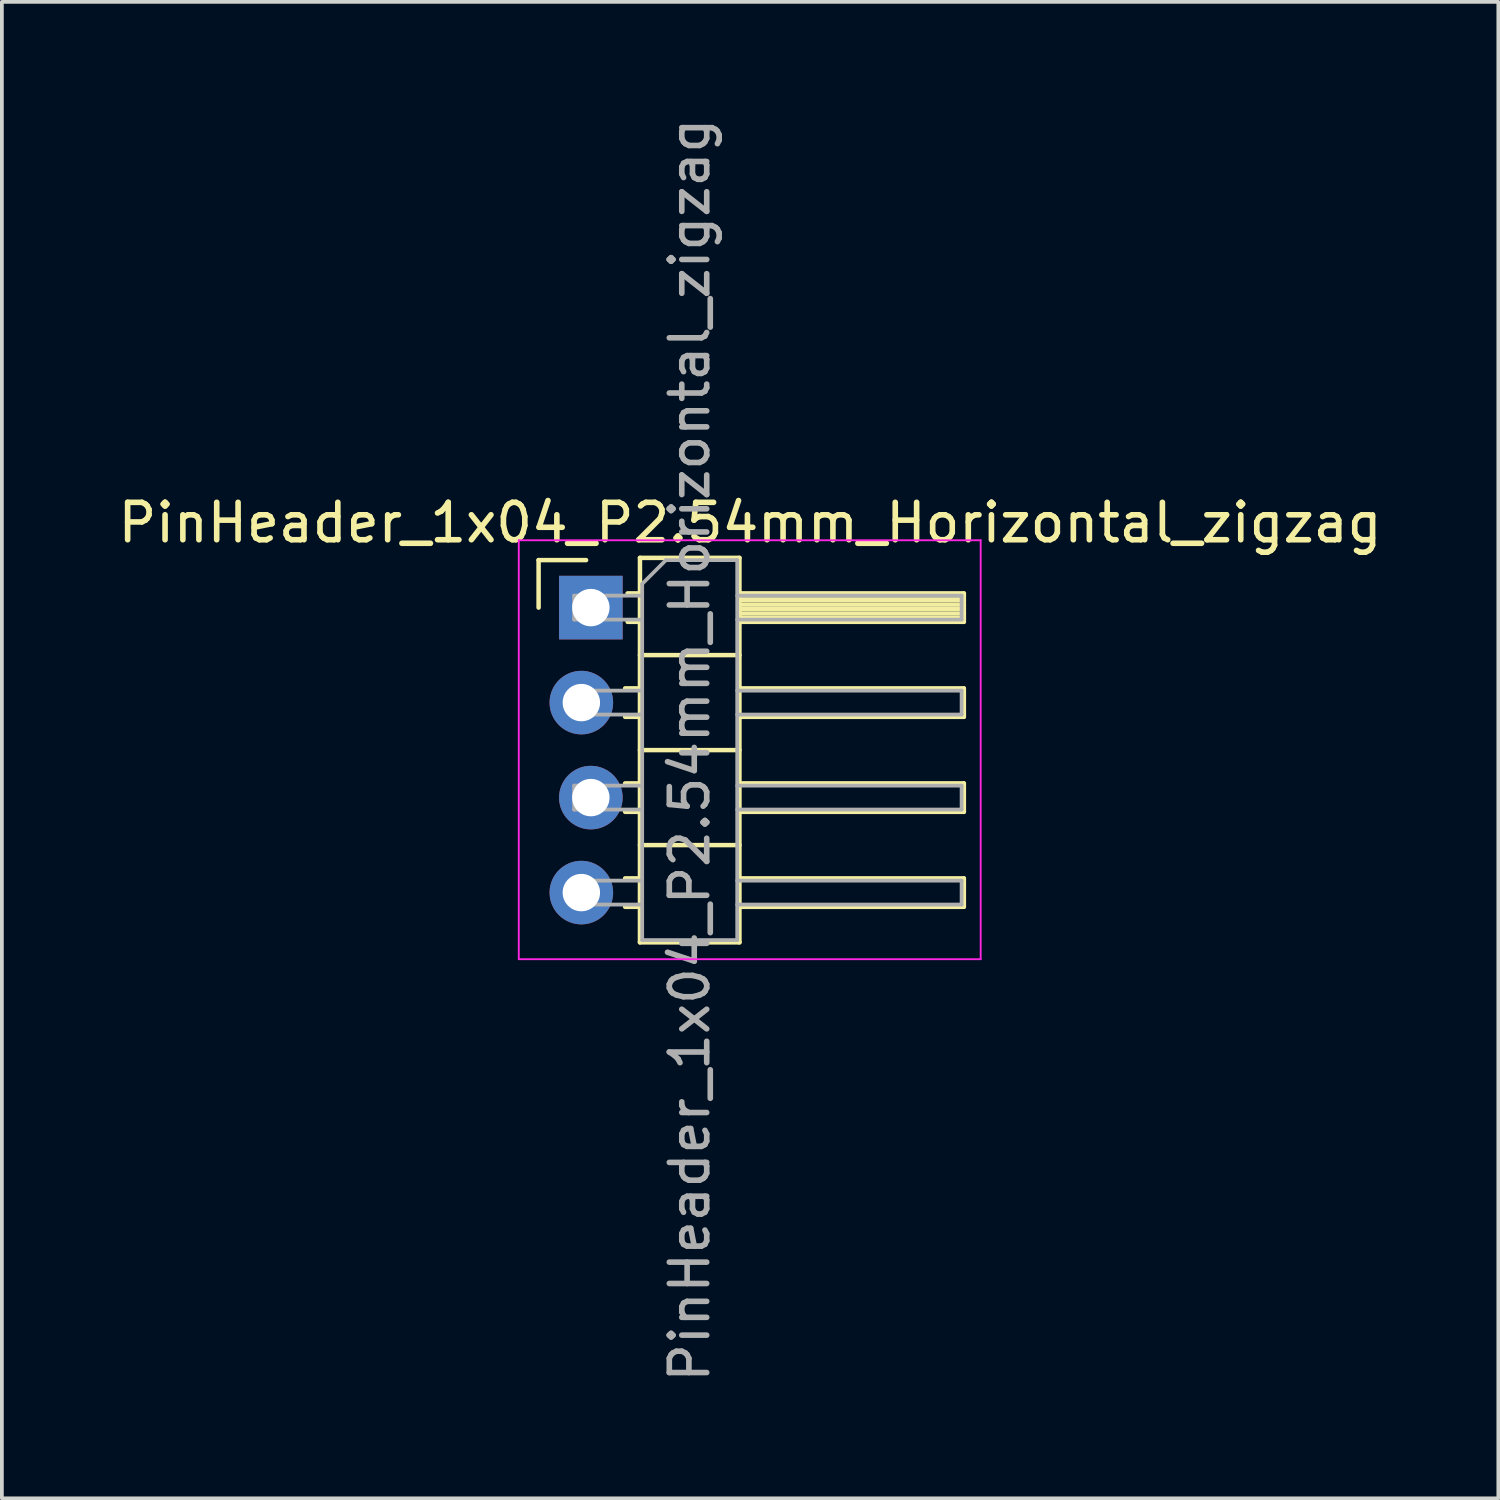
<source format=kicad_pcb>
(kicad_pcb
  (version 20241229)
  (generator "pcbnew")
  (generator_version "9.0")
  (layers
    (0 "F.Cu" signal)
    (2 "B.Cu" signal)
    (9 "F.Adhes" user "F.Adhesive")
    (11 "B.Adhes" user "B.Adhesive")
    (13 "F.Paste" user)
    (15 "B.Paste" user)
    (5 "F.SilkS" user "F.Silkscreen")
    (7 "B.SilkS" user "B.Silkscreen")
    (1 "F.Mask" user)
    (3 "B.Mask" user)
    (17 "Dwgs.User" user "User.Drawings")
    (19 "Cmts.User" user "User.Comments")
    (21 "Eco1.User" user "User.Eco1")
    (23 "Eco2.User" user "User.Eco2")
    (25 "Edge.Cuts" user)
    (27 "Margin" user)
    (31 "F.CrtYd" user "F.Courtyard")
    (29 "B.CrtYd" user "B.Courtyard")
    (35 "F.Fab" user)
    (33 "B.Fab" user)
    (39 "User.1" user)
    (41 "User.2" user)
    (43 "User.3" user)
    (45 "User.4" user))
  (footprint "PinHeader_1x04_P2.54mm_Horizontal_zigzag"
    (layer "F.Cu")
    (at 12.621 13.196)
    (property "Reference" "PinHeader_1x04_P2.54mm_Horizontal_zigzag" (at 4.385 -2.27 0) (layer "F.SilkS") (effects (font (size 1 1) (thickness 0.15))))
    (attr through_hole)
    (fp_line (start -1.27 -1.27) (end 0 -1.27) (stroke (width 0.12) (type solid)) (layer "F.SilkS"))
    (fp_line (start -1.27 0) (end -1.27 -1.27) (stroke (width 0.12) (type solid)) (layer "F.SilkS"))
    (fp_line (start 1.043 2.16) (end 1.44 2.16) (stroke (width 0.12) (type solid)) (layer "F.SilkS"))
    (fp_line (start 1.043 2.92) (end 1.44 2.92) (stroke (width 0.12) (type solid)) (layer "F.SilkS"))
    (fp_line (start 1.043 4.7) (end 1.44 4.7) (stroke (width 0.12) (type solid)) (layer "F.SilkS"))
    (fp_line (start 1.043 5.46) (end 1.44 5.46) (stroke (width 0.12) (type solid)) (layer "F.SilkS"))
    (fp_line (start 1.043 7.24) (end 1.44 7.24) (stroke (width 0.12) (type solid)) (layer "F.SilkS"))
    (fp_line (start 1.043 8) (end 1.44 8) (stroke (width 0.12) (type solid)) (layer "F.SilkS"))
    (fp_line (start 1.11 -0.38) (end 1.44 -0.38) (stroke (width 0.12) (type solid)) (layer "F.SilkS"))
    (fp_line (start 1.11 0.38) (end 1.44 0.38) (stroke (width 0.12) (type solid)) (layer "F.SilkS"))
    (fp_line (start 1.44 -1.33) (end 1.44 8.95) (stroke (width 0.12) (type solid)) (layer "F.SilkS"))
    (fp_line (start 1.44 1.27) (end 4.1 1.27) (stroke (width 0.12) (type solid)) (layer "F.SilkS"))
    (fp_line (start 1.44 3.81) (end 4.1 3.81) (stroke (width 0.12) (type solid)) (layer "F.SilkS"))
    (fp_line (start 1.44 6.35) (end 4.1 6.35) (stroke (width 0.12) (type solid)) (layer "F.SilkS"))
    (fp_line (start 1.44 8.95) (end 4.1 8.95) (stroke (width 0.12) (type solid)) (layer "F.SilkS"))
    (fp_line (start 4.1 -1.33) (end 1.44 -1.33) (stroke (width 0.12) (type solid)) (layer "F.SilkS"))
    (fp_line (start 4.1 -0.38) (end 10.1 -0.38) (stroke (width 0.12) (type solid)) (layer "F.SilkS"))
    (fp_line (start 4.1 -0.32) (end 10.1 -0.32) (stroke (width 0.12) (type solid)) (layer "F.SilkS"))
    (fp_line (start 4.1 -0.2) (end 10.1 -0.2) (stroke (width 0.12) (type solid)) (layer "F.SilkS"))
    (fp_line (start 4.1 -0.08) (end 10.1 -0.08) (stroke (width 0.12) (type solid)) (layer "F.SilkS"))
    (fp_line (start 4.1 0.04) (end 10.1 0.04) (stroke (width 0.12) (type solid)) (layer "F.SilkS"))
    (fp_line (start 4.1 0.16) (end 10.1 0.16) (stroke (width 0.12) (type solid)) (layer "F.SilkS"))
    (fp_line (start 4.1 0.28) (end 10.1 0.28) (stroke (width 0.12) (type solid)) (layer "F.SilkS"))
    (fp_line (start 4.1 2.16) (end 10.1 2.16) (stroke (width 0.12) (type solid)) (layer "F.SilkS"))
    (fp_line (start 4.1 4.7) (end 10.1 4.7) (stroke (width 0.12) (type solid)) (layer "F.SilkS"))
    (fp_line (start 4.1 7.24) (end 10.1 7.24) (stroke (width 0.12) (type solid)) (layer "F.SilkS"))
    (fp_line (start 4.1 8.95) (end 4.1 -1.33) (stroke (width 0.12) (type solid)) (layer "F.SilkS"))
    (fp_line (start 10.1 -0.38) (end 10.1 0.38) (stroke (width 0.12) (type solid)) (layer "F.SilkS"))
    (fp_line (start 10.1 0.38) (end 4.1 0.38) (stroke (width 0.12) (type solid)) (layer "F.SilkS"))
    (fp_line (start 10.1 2.16) (end 10.1 2.92) (stroke (width 0.12) (type solid)) (layer "F.SilkS"))
    (fp_line (start 10.1 2.92) (end 4.1 2.92) (stroke (width 0.12) (type solid)) (layer "F.SilkS"))
    (fp_line (start 10.1 4.7) (end 10.1 5.46) (stroke (width 0.12) (type solid)) (layer "F.SilkS"))
    (fp_line (start 10.1 5.46) (end 4.1 5.46) (stroke (width 0.12) (type solid)) (layer "F.SilkS"))
    (fp_line (start 10.1 7.24) (end 10.1 8) (stroke (width 0.12) (type solid)) (layer "F.SilkS"))
    (fp_line (start 10.1 8) (end 4.1 8) (stroke (width 0.12) (type solid)) (layer "F.SilkS"))
    (fp_line (start -1.8 -1.8) (end -1.8 9.4) (stroke (width 0.05) (type solid)) (layer "F.CrtYd"))
    (fp_line (start -1.8 9.4) (end 10.55 9.4) (stroke (width 0.05) (type solid)) (layer "F.CrtYd"))
    (fp_line (start 10.55 -1.8) (end -1.8 -1.8) (stroke (width 0.05) (type solid)) (layer "F.CrtYd"))
    (fp_line (start 10.55 9.4) (end 10.55 -1.8) (stroke (width 0.05) (type solid)) (layer "F.CrtYd"))
    (fp_line (start -0.32 -0.32) (end -0.32 0.32) (stroke (width 0.1) (type solid)) (layer "F.Fab"))
    (fp_line (start -0.32 -0.32) (end 1.5 -0.32) (stroke (width 0.1) (type solid)) (layer "F.Fab"))
    (fp_line (start -0.32 0.32) (end 1.5 0.32) (stroke (width 0.1) (type solid)) (layer "F.Fab"))
    (fp_line (start -0.32 2.22) (end -0.32 2.86) (stroke (width 0.1) (type solid)) (layer "F.Fab"))
    (fp_line (start -0.32 2.22) (end 1.5 2.22) (stroke (width 0.1) (type solid)) (layer "F.Fab"))
    (fp_line (start -0.32 2.86) (end 1.5 2.86) (stroke (width 0.1) (type solid)) (layer "F.Fab"))
    (fp_line (start -0.32 4.76) (end -0.32 5.4) (stroke (width 0.1) (type solid)) (layer "F.Fab"))
    (fp_line (start -0.32 4.76) (end 1.5 4.76) (stroke (width 0.1) (type solid)) (layer "F.Fab"))
    (fp_line (start -0.32 5.4) (end 1.5 5.4) (stroke (width 0.1) (type solid)) (layer "F.Fab"))
    (fp_line (start -0.32 7.3) (end -0.32 7.94) (stroke (width 0.1) (type solid)) (layer "F.Fab"))
    (fp_line (start -0.32 7.3) (end 1.5 7.3) (stroke (width 0.1) (type solid)) (layer "F.Fab"))
    (fp_line (start -0.32 7.94) (end 1.5 7.94) (stroke (width 0.1) (type solid)) (layer "F.Fab"))
    (fp_line (start 1.5 -0.635) (end 2.135 -1.27) (stroke (width 0.1) (type solid)) (layer "F.Fab"))
    (fp_line (start 1.5 8.89) (end 1.5 -0.635) (stroke (width 0.1) (type solid)) (layer "F.Fab"))
    (fp_line (start 2.135 -1.27) (end 4.04 -1.27) (stroke (width 0.1) (type solid)) (layer "F.Fab"))
    (fp_line (start 4.04 -1.27) (end 4.04 8.89) (stroke (width 0.1) (type solid)) (layer "F.Fab"))
    (fp_line (start 4.04 -0.32) (end 10.04 -0.32) (stroke (width 0.1) (type solid)) (layer "F.Fab"))
    (fp_line (start 4.04 0.32) (end 10.04 0.32) (stroke (width 0.1) (type solid)) (layer "F.Fab"))
    (fp_line (start 4.04 2.22) (end 10.04 2.22) (stroke (width 0.1) (type solid)) (layer "F.Fab"))
    (fp_line (start 4.04 2.86) (end 10.04 2.86) (stroke (width 0.1) (type solid)) (layer "F.Fab"))
    (fp_line (start 4.04 4.76) (end 10.04 4.76) (stroke (width 0.1) (type solid)) (layer "F.Fab"))
    (fp_line (start 4.04 5.4) (end 10.04 5.4) (stroke (width 0.1) (type solid)) (layer "F.Fab"))
    (fp_line (start 4.04 7.3) (end 10.04 7.3) (stroke (width 0.1) (type solid)) (layer "F.Fab"))
    (fp_line (start 4.04 7.94) (end 10.04 7.94) (stroke (width 0.1) (type solid)) (layer "F.Fab"))
    (fp_line (start 4.04 8.89) (end 1.5 8.89) (stroke (width 0.1) (type solid)) (layer "F.Fab"))
    (fp_line (start 10.04 -0.32) (end 10.04 0.32) (stroke (width 0.1) (type solid)) (layer "F.Fab"))
    (fp_line (start 10.04 2.22) (end 10.04 2.86) (stroke (width 0.1) (type solid)) (layer "F.Fab"))
    (fp_line (start 10.04 4.76) (end 10.04 5.4) (stroke (width 0.1) (type solid)) (layer "F.Fab"))
    (fp_line (start 10.04 7.3) (end 10.04 7.94) (stroke (width 0.1) (type solid)) (layer "F.Fab"))
    (fp_text user "${REFERENCE}" (at 2.77 3.81 90) (layer "F.Fab") (effects (font (size 1 1) (thickness 0.15))))
    (pad "1" thru_hole rect (at 0.127 0) (size 1.7 1.7) (drill 1) (layers "*.Cu" "*.Mask"))
    (pad "2" thru_hole oval (at -0.127 2.54) (size 1.7 1.7) (drill 1) (layers "*.Cu" "*.Mask"))
    (pad "3" thru_hole oval (at 0.127 5.08) (size 1.7 1.7) (drill 1) (layers "*.Cu" "*.Mask"))
    (pad "4" thru_hole oval (at -0.127 7.62) (size 1.7 1.7) (drill 1) (layers "*.Cu" "*.Mask")))
  (gr_rect
    (start -3 -3)
    (end 37.012 37.012)
    (stroke (width 0.1) (type default))
    (fill no)
    (layer "Edge.Cuts")))
</source>
